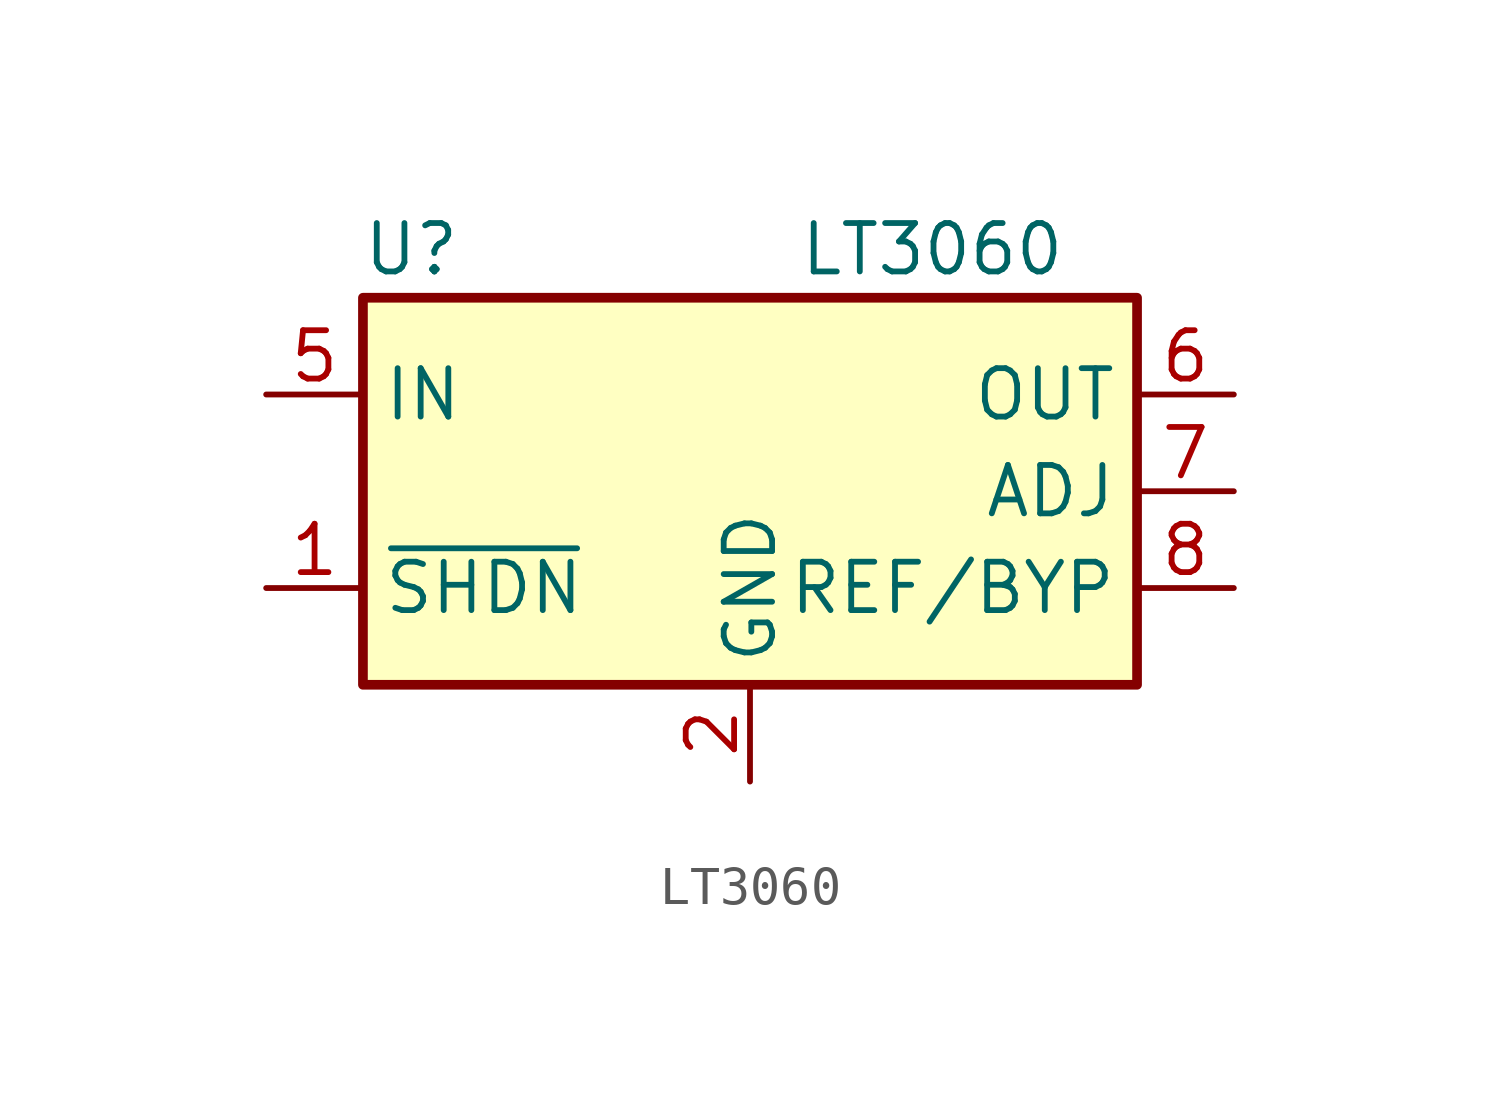
<source format=kicad_sym>
(kicad_symbol_lib
  (version 20210619)
  (generator kicad_symbol_editor)
  (symbol "LT3060"
    (property "Reference" "U"
      (at -8.89 6.35 0)
      (effects (font (size 1.27 1.27))))
    (property "Value" "LT3060"
      (at 1.27 6.35 0)
      (effects (font (size 1.27 1.27)) (justify left)))
    (symbol "LT3060_0_1"
      (rectangle (start -10.16 5.08) (end 10.16 -5.08) (stroke (width 0.254)) (fill (type background))))
    (symbol "LT3060_1_1"
      (pin input line (at -12.7 -2.54 0) (length 2.54) (name "~{SHDN}" (effects (font (size 1.27 1.27)))) (number "1" (effects (font (size 1.27 1.27)))))
      (pin power_in line (at 0 -7.62 90) (length 2.54) (name "GND" (effects (font (size 1.27 1.27)))) (number "2" (effects (font (size 1.27 1.27)))))
      (pin passive line (at 0 -7.62 90) (length 2.54) hide (name "GND" (effects (font (size 1.27 1.27)))) (number "3" (effects (font (size 1.27 1.27)))))
      (pin passive line (at 0 -7.62 90) (length 2.54) hide (name "GND" (effects (font (size 1.27 1.27)))) (number "4" (effects (font (size 1.27 1.27)))))
      (pin power_in line (at -12.7 2.54 0) (length 2.54) (name "IN" (effects (font (size 1.27 1.27)))) (number "5" (effects (font (size 1.27 1.27)))))
      (pin power_out line (at 12.7 2.54 180) (length 2.54) (name "OUT" (effects (font (size 1.27 1.27)))) (number "6" (effects (font (size 1.27 1.27)))))
      (pin input line (at 12.7 0 180) (length 2.54) (name "ADJ" (effects (font (size 1.27 1.27)))) (number "7" (effects (font (size 1.27 1.27)))))
      (pin passive line (at 12.7 -2.54 180) (length 2.54) (name "REF/BYP" (effects (font (size 1.27 1.27)))) (number "8" (effects (font (size 1.27 1.27))))))))
</source>
